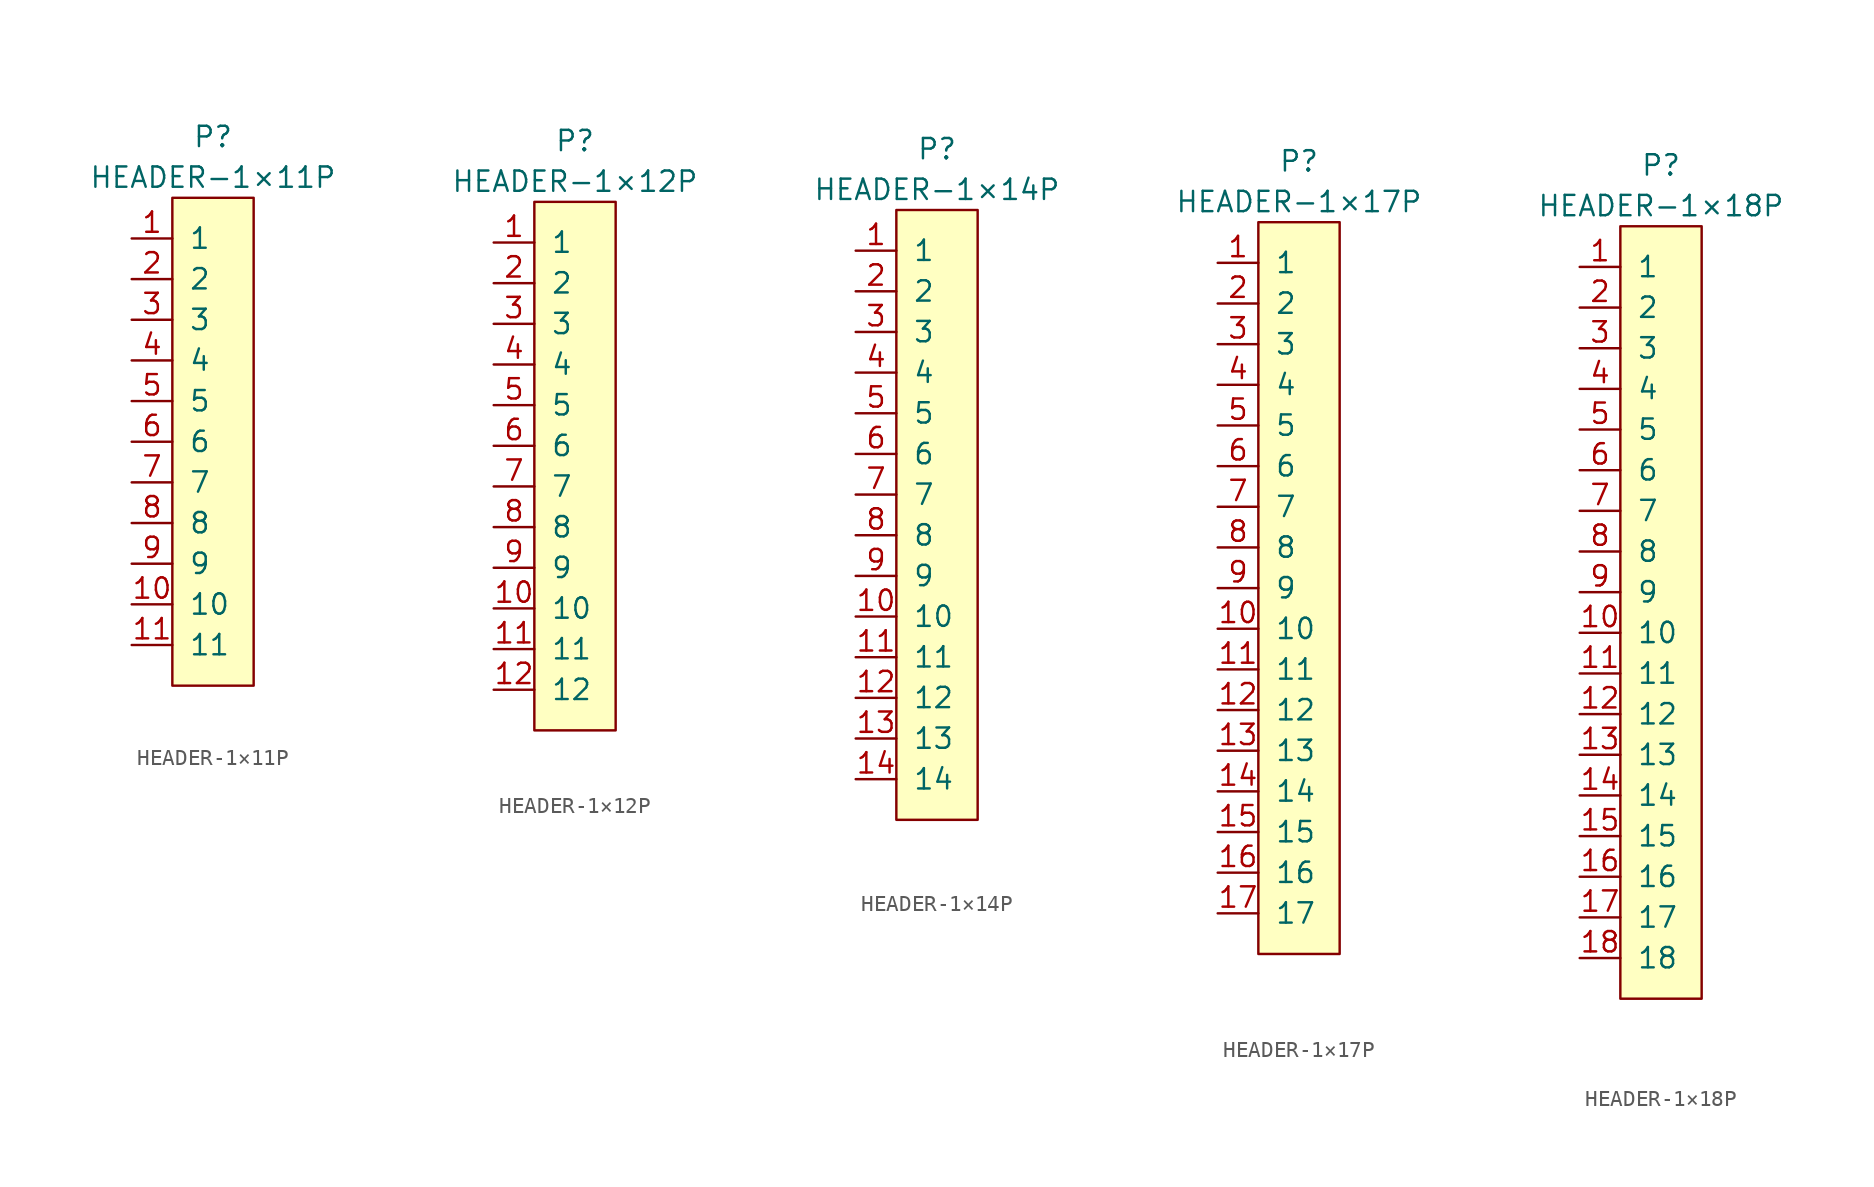
<source format=kicad_sym>
(kicad_symbol_lib
  (version 20231120)
  (generator "kicad_symbol_editor")
  (generator_version "8.0")
  (symbol "HEADER-1×11P"
    (pin_names
      (offset 1.016))
    (property "Reference" "P"
      (at 0 19.05 0)
      (effects (font (size 1.27 1.27))))
    (property "Value" "HEADER-1×11P"
      (at 0 16.51 0)
      (effects (font (size 1.27 1.27))))
    (symbol "HEADER-1×11P_0_1"
      (rectangle (start -2.54 15.24) (end 2.54 -15.24) (stroke (width 0) (type default)) (fill (type background))))
    (symbol "HEADER-1×11P_1_1"
      (pin passive line (at -5.08 12.7 0) (length 2.54) (name "1" (effects (font (size 1.27 1.27)))) (number "1" (effects (font (size 1.27 1.27)))))
      (pin passive line (at -5.08 -10.16 0) (length 2.54) (name "10" (effects (font (size 1.27 1.27)))) (number "10" (effects (font (size 1.27 1.27)))))
      (pin passive line (at -5.08 -12.7 0) (length 2.54) (name "11" (effects (font (size 1.27 1.27)))) (number "11" (effects (font (size 1.27 1.27)))))
      (pin passive line (at -5.08 10.16 0) (length 2.54) (name "2" (effects (font (size 1.27 1.27)))) (number "2" (effects (font (size 1.27 1.27)))))
      (pin passive line (at -5.08 7.62 0) (length 2.54) (name "3" (effects (font (size 1.27 1.27)))) (number "3" (effects (font (size 1.27 1.27)))))
      (pin passive line (at -5.08 5.08 0) (length 2.54) (name "4" (effects (font (size 1.27 1.27)))) (number "4" (effects (font (size 1.27 1.27)))))
      (pin passive line (at -5.08 2.54 0) (length 2.54) (name "5" (effects (font (size 1.27 1.27)))) (number "5" (effects (font (size 1.27 1.27)))))
      (pin passive line (at -5.08 0 0) (length 2.54) (name "6" (effects (font (size 1.27 1.27)))) (number "6" (effects (font (size 1.27 1.27)))))
      (pin passive line (at -5.08 -2.54 0) (length 2.54) (name "7" (effects (font (size 1.27 1.27)))) (number "7" (effects (font (size 1.27 1.27)))))
      (pin passive line (at -5.08 -5.08 0) (length 2.54) (name "8" (effects (font (size 1.27 1.27)))) (number "8" (effects (font (size 1.27 1.27)))))
      (pin passive line (at -5.08 -7.62 0) (length 2.54) (name "9" (effects (font (size 1.27 1.27)))) (number "9" (effects (font (size 1.27 1.27)))))))
  (symbol "HEADER-1×12P"
    (pin_names
      (offset 1.016))
    (property "Reference" "P"
      (at 0 20.32 0)
      (effects (font (size 1.27 1.27))))
    (property "Value" "HEADER-1×12P"
      (at 0 17.78 0)
      (effects (font (size 1.27 1.27))))
    (symbol "HEADER-1×12P_0_1"
      (rectangle (start -2.54 16.51) (end 2.54 -16.51) (stroke (width 0) (type default)) (fill (type background))))
    (symbol "HEADER-1×12P_1_1"
      (pin passive line (at -5.08 13.97 0) (length 2.54) (name "1" (effects (font (size 1.27 1.27)))) (number "1" (effects (font (size 1.27 1.27)))))
      (pin passive line (at -5.08 -8.89 0) (length 2.54) (name "10" (effects (font (size 1.27 1.27)))) (number "10" (effects (font (size 1.27 1.27)))))
      (pin passive line (at -5.08 -11.43 0) (length 2.54) (name "11" (effects (font (size 1.27 1.27)))) (number "11" (effects (font (size 1.27 1.27)))))
      (pin passive line (at -5.08 -13.97 0) (length 2.54) (name "12" (effects (font (size 1.27 1.27)))) (number "12" (effects (font (size 1.27 1.27)))))
      (pin passive line (at -5.08 11.43 0) (length 2.54) (name "2" (effects (font (size 1.27 1.27)))) (number "2" (effects (font (size 1.27 1.27)))))
      (pin passive line (at -5.08 8.89 0) (length 2.54) (name "3" (effects (font (size 1.27 1.27)))) (number "3" (effects (font (size 1.27 1.27)))))
      (pin passive line (at -5.08 6.35 0) (length 2.54) (name "4" (effects (font (size 1.27 1.27)))) (number "4" (effects (font (size 1.27 1.27)))))
      (pin passive line (at -5.08 3.81 0) (length 2.54) (name "5" (effects (font (size 1.27 1.27)))) (number "5" (effects (font (size 1.27 1.27)))))
      (pin passive line (at -5.08 1.27 0) (length 2.54) (name "6" (effects (font (size 1.27 1.27)))) (number "6" (effects (font (size 1.27 1.27)))))
      (pin passive line (at -5.08 -1.27 0) (length 2.54) (name "7" (effects (font (size 1.27 1.27)))) (number "7" (effects (font (size 1.27 1.27)))))
      (pin passive line (at -5.08 -3.81 0) (length 2.54) (name "8" (effects (font (size 1.27 1.27)))) (number "8" (effects (font (size 1.27 1.27)))))
      (pin passive line (at -5.08 -6.35 0) (length 2.54) (name "9" (effects (font (size 1.27 1.27)))) (number "9" (effects (font (size 1.27 1.27)))))))
  (symbol "HEADER-1×14P"
    (pin_names
      (offset 1.016))
    (property "Reference" "P"
      (at 0 22.86 0)
      (effects (font (size 1.27 1.27))))
    (property "Value" "HEADER-1×14P"
      (at 0 20.32 0)
      (effects (font (size 1.27 1.27))))
    (symbol "HEADER-1×14P_0_1"
      (rectangle (start -2.54 19.05) (end 2.54 -19.05) (stroke (width 0) (type default)) (fill (type background))))
    (symbol "HEADER-1×14P_1_1"
      (pin passive line (at -5.08 16.51 0) (length 2.54) (name "1" (effects (font (size 1.27 1.27)))) (number "1" (effects (font (size 1.27 1.27)))))
      (pin passive line (at -5.08 -6.35 0) (length 2.54) (name "10" (effects (font (size 1.27 1.27)))) (number "10" (effects (font (size 1.27 1.27)))))
      (pin passive line (at -5.08 -8.89 0) (length 2.54) (name "11" (effects (font (size 1.27 1.27)))) (number "11" (effects (font (size 1.27 1.27)))))
      (pin passive line (at -5.08 -11.43 0) (length 2.54) (name "12" (effects (font (size 1.27 1.27)))) (number "12" (effects (font (size 1.27 1.27)))))
      (pin passive line (at -5.08 -13.97 0) (length 2.54) (name "13" (effects (font (size 1.27 1.27)))) (number "13" (effects (font (size 1.27 1.27)))))
      (pin passive line (at -5.08 -16.51 0) (length 2.54) (name "14" (effects (font (size 1.27 1.27)))) (number "14" (effects (font (size 1.27 1.27)))))
      (pin passive line (at -5.08 13.97 0) (length 2.54) (name "2" (effects (font (size 1.27 1.27)))) (number "2" (effects (font (size 1.27 1.27)))))
      (pin passive line (at -5.08 11.43 0) (length 2.54) (name "3" (effects (font (size 1.27 1.27)))) (number "3" (effects (font (size 1.27 1.27)))))
      (pin passive line (at -5.08 8.89 0) (length 2.54) (name "4" (effects (font (size 1.27 1.27)))) (number "4" (effects (font (size 1.27 1.27)))))
      (pin passive line (at -5.08 6.35 0) (length 2.54) (name "5" (effects (font (size 1.27 1.27)))) (number "5" (effects (font (size 1.27 1.27)))))
      (pin passive line (at -5.08 3.81 0) (length 2.54) (name "6" (effects (font (size 1.27 1.27)))) (number "6" (effects (font (size 1.27 1.27)))))
      (pin passive line (at -5.08 1.27 0) (length 2.54) (name "7" (effects (font (size 1.27 1.27)))) (number "7" (effects (font (size 1.27 1.27)))))
      (pin passive line (at -5.08 -1.27 0) (length 2.54) (name "8" (effects (font (size 1.27 1.27)))) (number "8" (effects (font (size 1.27 1.27)))))
      (pin passive line (at -5.08 -3.81 0) (length 2.54) (name "9" (effects (font (size 1.27 1.27)))) (number "9" (effects (font (size 1.27 1.27)))))))
  (symbol "HEADER-1×17P"
    (pin_names
      (offset 1.016))
    (property "Reference" "P"
      (at 0 26.67 0)
      (effects (font (size 1.27 1.27))))
    (property "Value" "HEADER-1×17P"
      (at 0 24.13 0)
      (effects (font (size 1.27 1.27))))
    (symbol "HEADER-1×17P_0_1"
      (rectangle (start -2.54 22.86) (end 2.54 -22.86) (stroke (width 0) (type default)) (fill (type background))))
    (symbol "HEADER-1×17P_1_1"
      (pin passive line (at -5.08 20.32 0) (length 2.54) (name "1" (effects (font (size 1.27 1.27)))) (number "1" (effects (font (size 1.27 1.27)))))
      (pin passive line (at -5.08 -2.54 0) (length 2.54) (name "10" (effects (font (size 1.27 1.27)))) (number "10" (effects (font (size 1.27 1.27)))))
      (pin passive line (at -5.08 -5.08 0) (length 2.54) (name "11" (effects (font (size 1.27 1.27)))) (number "11" (effects (font (size 1.27 1.27)))))
      (pin passive line (at -5.08 -7.62 0) (length 2.54) (name "12" (effects (font (size 1.27 1.27)))) (number "12" (effects (font (size 1.27 1.27)))))
      (pin passive line (at -5.08 -10.16 0) (length 2.54) (name "13" (effects (font (size 1.27 1.27)))) (number "13" (effects (font (size 1.27 1.27)))))
      (pin passive line (at -5.08 -12.7 0) (length 2.54) (name "14" (effects (font (size 1.27 1.27)))) (number "14" (effects (font (size 1.27 1.27)))))
      (pin passive line (at -5.08 -15.24 0) (length 2.54) (name "15" (effects (font (size 1.27 1.27)))) (number "15" (effects (font (size 1.27 1.27)))))
      (pin passive line (at -5.08 -17.78 0) (length 2.54) (name "16" (effects (font (size 1.27 1.27)))) (number "16" (effects (font (size 1.27 1.27)))))
      (pin passive line (at -5.08 -20.32 0) (length 2.54) (name "17" (effects (font (size 1.27 1.27)))) (number "17" (effects (font (size 1.27 1.27)))))
      (pin passive line (at -5.08 17.78 0) (length 2.54) (name "2" (effects (font (size 1.27 1.27)))) (number "2" (effects (font (size 1.27 1.27)))))
      (pin passive line (at -5.08 15.24 0) (length 2.54) (name "3" (effects (font (size 1.27 1.27)))) (number "3" (effects (font (size 1.27 1.27)))))
      (pin passive line (at -5.08 12.7 0) (length 2.54) (name "4" (effects (font (size 1.27 1.27)))) (number "4" (effects (font (size 1.27 1.27)))))
      (pin passive line (at -5.08 10.16 0) (length 2.54) (name "5" (effects (font (size 1.27 1.27)))) (number "5" (effects (font (size 1.27 1.27)))))
      (pin passive line (at -5.08 7.62 0) (length 2.54) (name "6" (effects (font (size 1.27 1.27)))) (number "6" (effects (font (size 1.27 1.27)))))
      (pin passive line (at -5.08 5.08 0) (length 2.54) (name "7" (effects (font (size 1.27 1.27)))) (number "7" (effects (font (size 1.27 1.27)))))
      (pin passive line (at -5.08 2.54 0) (length 2.54) (name "8" (effects (font (size 1.27 1.27)))) (number "8" (effects (font (size 1.27 1.27)))))
      (pin passive line (at -5.08 0 0) (length 2.54) (name "9" (effects (font (size 1.27 1.27)))) (number "9" (effects (font (size 1.27 1.27)))))))
  (symbol "HEADER-1×18P"
    (pin_names
      (offset 1.016))
    (property "Reference" "P"
      (at 0 27.94 0)
      (effects (font (size 1.27 1.27))))
    (property "Value" "HEADER-1×18P"
      (at 0 25.4 0)
      (effects (font (size 1.27 1.27))))
    (symbol "HEADER-1×18P_0_1"
      (rectangle (start -2.54 24.13) (end 2.54 -24.13) (stroke (width 0) (type default)) (fill (type background))))
    (symbol "HEADER-1×18P_1_1"
      (pin passive line (at -5.08 21.59 0) (length 2.54) (name "1" (effects (font (size 1.27 1.27)))) (number "1" (effects (font (size 1.27 1.27)))))
      (pin passive line (at -5.08 -1.27 0) (length 2.54) (name "10" (effects (font (size 1.27 1.27)))) (number "10" (effects (font (size 1.27 1.27)))))
      (pin passive line (at -5.08 -3.81 0) (length 2.54) (name "11" (effects (font (size 1.27 1.27)))) (number "11" (effects (font (size 1.27 1.27)))))
      (pin passive line (at -5.08 -6.35 0) (length 2.54) (name "12" (effects (font (size 1.27 1.27)))) (number "12" (effects (font (size 1.27 1.27)))))
      (pin passive line (at -5.08 -8.89 0) (length 2.54) (name "13" (effects (font (size 1.27 1.27)))) (number "13" (effects (font (size 1.27 1.27)))))
      (pin passive line (at -5.08 -11.43 0) (length 2.54) (name "14" (effects (font (size 1.27 1.27)))) (number "14" (effects (font (size 1.27 1.27)))))
      (pin passive line (at -5.08 -13.97 0) (length 2.54) (name "15" (effects (font (size 1.27 1.27)))) (number "15" (effects (font (size 1.27 1.27)))))
      (pin passive line (at -5.08 -16.51 0) (length 2.54) (name "16" (effects (font (size 1.27 1.27)))) (number "16" (effects (font (size 1.27 1.27)))))
      (pin passive line (at -5.08 -19.05 0) (length 2.54) (name "17" (effects (font (size 1.27 1.27)))) (number "17" (effects (font (size 1.27 1.27)))))
      (pin passive line (at -5.08 -21.59 0) (length 2.54) (name "18" (effects (font (size 1.27 1.27)))) (number "18" (effects (font (size 1.27 1.27)))))
      (pin passive line (at -5.08 19.05 0) (length 2.54) (name "2" (effects (font (size 1.27 1.27)))) (number "2" (effects (font (size 1.27 1.27)))))
      (pin passive line (at -5.08 16.51 0) (length 2.54) (name "3" (effects (font (size 1.27 1.27)))) (number "3" (effects (font (size 1.27 1.27)))))
      (pin passive line (at -5.08 13.97 0) (length 2.54) (name "4" (effects (font (size 1.27 1.27)))) (number "4" (effects (font (size 1.27 1.27)))))
      (pin passive line (at -5.08 11.43 0) (length 2.54) (name "5" (effects (font (size 1.27 1.27)))) (number "5" (effects (font (size 1.27 1.27)))))
      (pin passive line (at -5.08 8.89 0) (length 2.54) (name "6" (effects (font (size 1.27 1.27)))) (number "6" (effects (font (size 1.27 1.27)))))
      (pin passive line (at -5.08 6.35 0) (length 2.54) (name "7" (effects (font (size 1.27 1.27)))) (number "7" (effects (font (size 1.27 1.27)))))
      (pin passive line (at -5.08 3.81 0) (length 2.54) (name "8" (effects (font (size 1.27 1.27)))) (number "8" (effects (font (size 1.27 1.27)))))
      (pin passive line (at -5.08 1.27 0) (length 2.54) (name "9" (effects (font (size 1.27 1.27)))) (number "9" (effects (font (size 1.27 1.27))))))))
</source>
